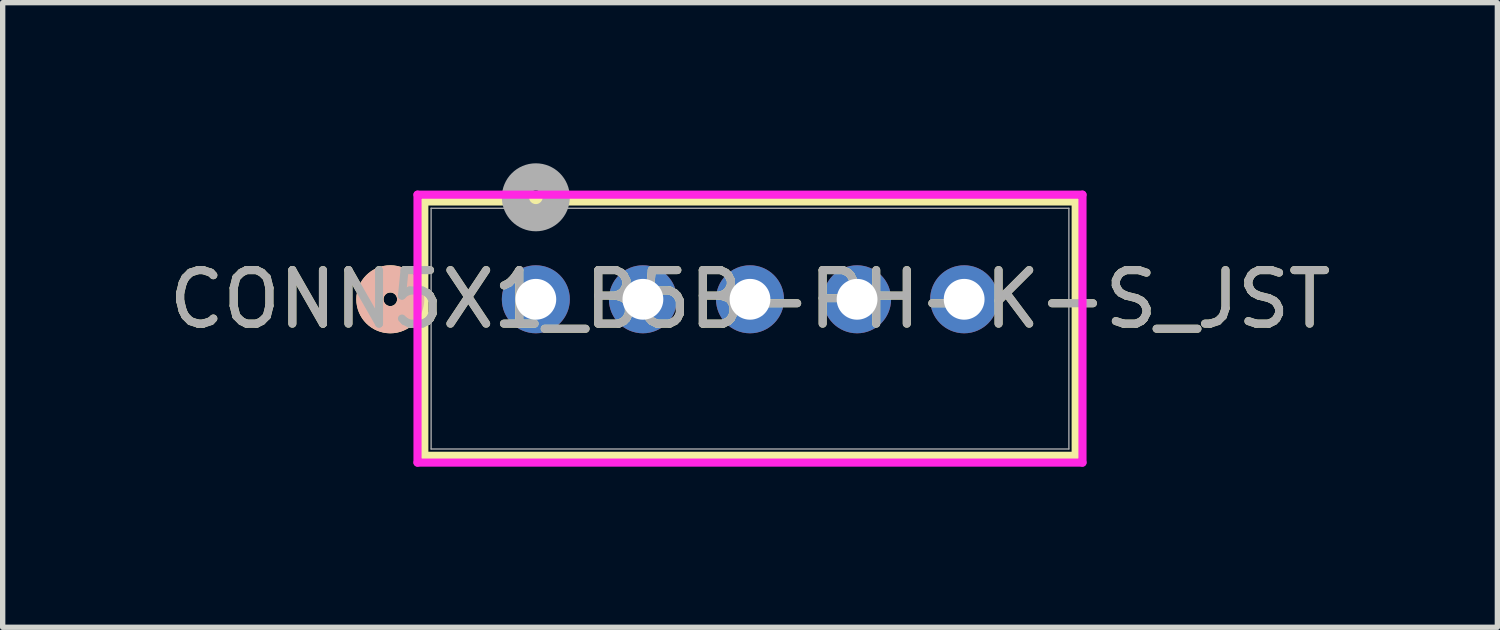
<source format=kicad_pcb>
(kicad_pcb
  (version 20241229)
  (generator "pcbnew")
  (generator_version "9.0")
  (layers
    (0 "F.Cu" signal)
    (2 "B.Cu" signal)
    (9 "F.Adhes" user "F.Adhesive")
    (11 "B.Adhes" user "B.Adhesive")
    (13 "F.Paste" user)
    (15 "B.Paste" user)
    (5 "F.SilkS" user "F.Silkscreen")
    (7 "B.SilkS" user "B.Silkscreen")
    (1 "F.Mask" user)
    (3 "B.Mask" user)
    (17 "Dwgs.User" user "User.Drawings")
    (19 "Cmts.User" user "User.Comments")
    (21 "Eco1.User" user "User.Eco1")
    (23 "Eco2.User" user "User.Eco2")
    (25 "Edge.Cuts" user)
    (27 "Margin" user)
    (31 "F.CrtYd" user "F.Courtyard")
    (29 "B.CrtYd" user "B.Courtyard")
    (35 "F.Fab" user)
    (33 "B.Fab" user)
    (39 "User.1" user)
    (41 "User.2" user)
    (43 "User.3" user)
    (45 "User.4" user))
  (footprint "CONN5X1_B5B-PH-K-S_JST"
    (layer "F.Cu")
    (at 6.958 2.54)
    (property "Reference" "CONN5X1_B5B-PH-K-S_JST" (at 4 0 0) (unlocked yes) (layer "F.SilkS") (effects (font (size 1 1) (thickness 0.15))))
    (attr through_hole)
    (fp_line (start -2.083 -1.827) (end -2.083 2.923) (stroke (width 0.152) (type solid)) (layer "F.SilkS"))
    (fp_line (start -2.083 2.923) (end 10.083 2.923) (stroke (width 0.152) (type solid)) (layer "F.SilkS"))
    (fp_line (start 10.083 -1.827) (end -2.083 -1.827) (stroke (width 0.152) (type solid)) (layer "F.SilkS"))
    (fp_line (start 10.083 2.923) (end 10.083 -1.827) (stroke (width 0.152) (type solid)) (layer "F.SilkS"))
    (fp_circle (center -2.718 0) (end -2.337 0) (stroke (width 0.508) (type solid)) (fill no) (layer "F.SilkS"))
    (fp_circle (center -2.718 0) (end -2.337 0) (stroke (width 0.508) (type solid)) (fill no) (layer "B.SilkS"))
    (fp_line (start -2.21 -1.954) (end -2.21 3.05) (stroke (width 0.152) (type solid)) (layer "F.CrtYd"))
    (fp_line (start -2.21 3.05) (end 10.21 3.05) (stroke (width 0.152) (type solid)) (layer "F.CrtYd"))
    (fp_line (start 10.21 -1.954) (end -2.21 -1.954) (stroke (width 0.152) (type solid)) (layer "F.CrtYd"))
    (fp_line (start 10.21 3.05) (end 10.21 -1.954) (stroke (width 0.152) (type solid)) (layer "F.CrtYd"))
    (fp_line (start -1.956 -1.7) (end -1.956 2.796) (stroke (width 0.025) (type solid)) (layer "F.Fab"))
    (fp_line (start -1.956 2.796) (end 9.956 2.796) (stroke (width 0.025) (type solid)) (layer "F.Fab"))
    (fp_line (start 9.956 -1.7) (end -1.956 -1.7) (stroke (width 0.025) (type solid)) (layer "F.Fab"))
    (fp_line (start 9.956 2.796) (end 9.956 -1.7) (stroke (width 0.025) (type solid)) (layer "F.Fab"))
    (fp_circle (center 0 -1.905) (end 0.381 -1.905) (stroke (width 0.508) (type solid)) (fill no) (layer "F.Fab"))
    (fp_text user "${REFERENCE}" (at 4 0 0) (unlocked yes) (layer "F.Fab") (effects (font (size 1 1) (thickness 0.15))))
    (pad "1" thru_hole circle (at 0 0) (size 1.27 1.27) (drill 0.762) (layers "*.Cu" "*.Mask"))
    (pad "2" thru_hole circle (at 2 0) (size 1.27 1.27) (drill 0.762) (layers "*.Cu" "*.Mask"))
    (pad "3" thru_hole circle (at 4 0) (size 1.27 1.27) (drill 0.762) (layers "*.Cu" "*.Mask"))
    (pad "4" thru_hole circle (at 6 0) (size 1.27 1.27) (drill 0.762) (layers "*.Cu" "*.Mask"))
    (pad "5" thru_hole circle (at 8 0) (size 1.27 1.27) (drill 0.762) (layers "*.Cu" "*.Mask")))
  (gr_rect
    (start -3 -3)
    (end 24.917 8.666)
    (stroke (width 0.1) (type default))
    (fill no)
    (layer "Edge.Cuts")))
</source>
